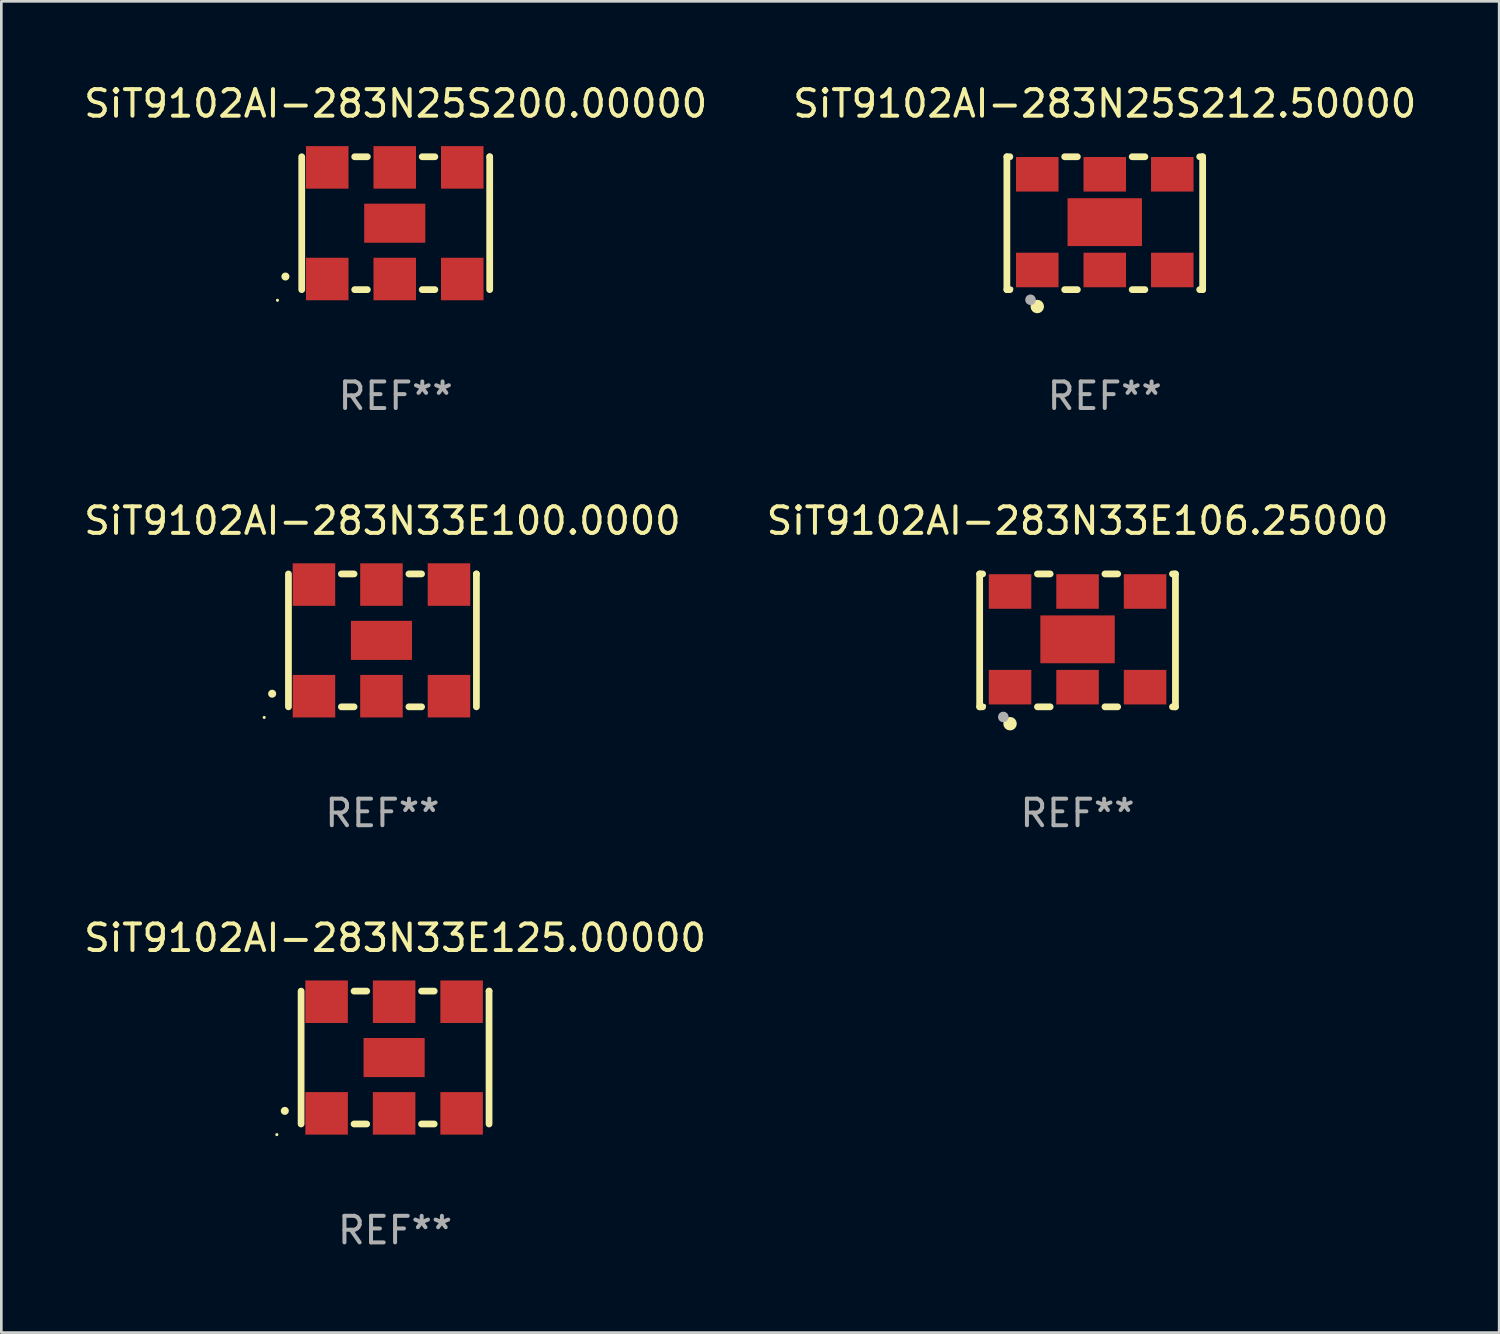
<source format=kicad_pcb>
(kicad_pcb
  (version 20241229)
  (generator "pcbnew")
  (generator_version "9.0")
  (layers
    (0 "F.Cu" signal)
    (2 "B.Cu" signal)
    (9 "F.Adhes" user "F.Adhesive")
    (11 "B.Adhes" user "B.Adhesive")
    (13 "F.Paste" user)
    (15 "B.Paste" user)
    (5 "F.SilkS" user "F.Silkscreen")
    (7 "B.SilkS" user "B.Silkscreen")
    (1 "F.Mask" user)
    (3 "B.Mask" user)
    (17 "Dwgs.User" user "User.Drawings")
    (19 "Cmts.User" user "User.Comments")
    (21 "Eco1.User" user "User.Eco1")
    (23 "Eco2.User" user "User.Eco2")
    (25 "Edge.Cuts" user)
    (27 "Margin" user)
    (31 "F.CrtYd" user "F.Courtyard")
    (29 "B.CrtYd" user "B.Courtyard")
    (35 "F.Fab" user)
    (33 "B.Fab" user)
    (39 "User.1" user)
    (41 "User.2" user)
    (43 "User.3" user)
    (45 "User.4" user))
  (footprint "SiT9102AI-283N33E106.25000"
    (layer "F.Cu")
    (at 37.494 21.045)
    (property "Reference" "SiT9102AI-283N33E106.25000" (at 0 -4.5 0) (layer "F.SilkS") (effects (font (size 1 1) (thickness 0.15))))
    (attr through_hole)
    (fp_line (start -3.683 -2.5) (end -3.571 -2.5) (stroke (width 0.254) (type solid)) (layer "F.SilkS"))
    (fp_line (start -3.683 2.5) (end -3.683 -2.5) (stroke (width 0.254) (type solid)) (layer "F.SilkS"))
    (fp_line (start -3.683 2.5) (end -3.571 2.5) (stroke (width 0.254) (type solid)) (layer "F.SilkS"))
    (fp_line (start -1.509 -2.5) (end -1.031 -2.5) (stroke (width 0.254) (type solid)) (layer "F.SilkS"))
    (fp_line (start -1.509 2.5) (end -1.031 2.5) (stroke (width 0.254) (type solid)) (layer "F.SilkS"))
    (fp_line (start 1.031 -2.5) (end 1.509 -2.5) (stroke (width 0.254) (type solid)) (layer "F.SilkS"))
    (fp_line (start 1.031 2.5) (end 1.509 2.5) (stroke (width 0.254) (type solid)) (layer "F.SilkS"))
    (fp_line (start 3.571 -2.5) (end 3.683 -2.5) (stroke (width 0.254) (type solid)) (layer "F.SilkS"))
    (fp_line (start 3.571 2.5) (end 3.683 2.5) (stroke (width 0.254) (type solid)) (layer "F.SilkS"))
    (fp_line (start 3.683 2.5) (end 3.683 -2.5) (stroke (width 0.254) (type solid)) (layer "F.SilkS"))
    (fp_circle (center -3.5 2.46) (end -3.47 2.46) (stroke (width 0.06) (type solid)) (fill no) (layer "F.SilkS"))
    (fp_circle (center -2.54 3.135) (end -2.413 3.135) (stroke (width 0.254) (type solid)) (fill no) (layer "F.SilkS"))
    (fp_circle (center -2.794 2.881) (end -2.694 2.881) (stroke (width 0.2) (type solid)) (fill no) (layer "F.Fab"))
    (fp_text user "REF**" (at 0 6.5 0) (layer "F.Fab") (effects (font (size 1 1) (thickness 0.15))))
    (pad "1" smd rect (at -2.54 1.76) (size 1.6 1.3) (layers "F.Cu" "F.Mask" "F.Paste"))
    (pad "2" smd rect (at 0 1.76) (size 1.6 1.3) (layers "F.Cu" "F.Mask" "F.Paste"))
    (pad "3" smd rect (at 2.54 1.76) (size 1.6 1.3) (layers "F.Cu" "F.Mask" "F.Paste"))
    (pad "4" smd rect (at 2.54 -1.84) (size 1.6 1.3) (layers "F.Cu" "F.Mask" "F.Paste"))
    (pad "5" smd rect (at 0 -1.84) (size 1.6 1.3) (layers "F.Cu" "F.Mask" "F.Paste"))
    (pad "6" smd rect (at -2.54 -1.84) (size 1.6 1.3) (layers "F.Cu" "F.Mask" "F.Paste"))
    (pad "7" smd rect (at 0 -0.04) (size 2.8 1.8) (layers "F.Cu" "F.Mask" "F.Paste")))
  (footprint "SiT9102AI-283N25S212.50000"
    (layer "F.Cu")
    (at 38.518 5.348)
    (property "Reference" "SiT9102AI-283N25S212.50000" (at 0 -4.5 0) (layer "F.SilkS") (effects (font (size 1 1) (thickness 0.15))))
    (attr through_hole)
    (fp_line (start -3.683 -2.5) (end -3.571 -2.5) (stroke (width 0.254) (type solid)) (layer "F.SilkS"))
    (fp_line (start -3.683 2.5) (end -3.683 -2.5) (stroke (width 0.254) (type solid)) (layer "F.SilkS"))
    (fp_line (start -3.683 2.5) (end -3.571 2.5) (stroke (width 0.254) (type solid)) (layer "F.SilkS"))
    (fp_line (start -1.509 -2.5) (end -1.031 -2.5) (stroke (width 0.254) (type solid)) (layer "F.SilkS"))
    (fp_line (start -1.509 2.5) (end -1.031 2.5) (stroke (width 0.254) (type solid)) (layer "F.SilkS"))
    (fp_line (start 1.031 -2.5) (end 1.509 -2.5) (stroke (width 0.254) (type solid)) (layer "F.SilkS"))
    (fp_line (start 1.031 2.5) (end 1.509 2.5) (stroke (width 0.254) (type solid)) (layer "F.SilkS"))
    (fp_line (start 3.571 -2.5) (end 3.683 -2.5) (stroke (width 0.254) (type solid)) (layer "F.SilkS"))
    (fp_line (start 3.571 2.5) (end 3.683 2.5) (stroke (width 0.254) (type solid)) (layer "F.SilkS"))
    (fp_line (start 3.683 2.5) (end 3.683 -2.5) (stroke (width 0.254) (type solid)) (layer "F.SilkS"))
    (fp_circle (center -3.5 2.46) (end -3.47 2.46) (stroke (width 0.06) (type solid)) (fill no) (layer "F.SilkS"))
    (fp_circle (center -2.54 3.135) (end -2.413 3.135) (stroke (width 0.254) (type solid)) (fill no) (layer "F.SilkS"))
    (fp_circle (center -2.794 2.881) (end -2.694 2.881) (stroke (width 0.2) (type solid)) (fill no) (layer "F.Fab"))
    (fp_text user "REF**" (at 0 6.5 0) (layer "F.Fab") (effects (font (size 1 1) (thickness 0.15))))
    (pad "1" smd rect (at -2.54 1.76) (size 1.6 1.3) (layers "F.Cu" "F.Mask" "F.Paste"))
    (pad "2" smd rect (at 0 1.76) (size 1.6 1.3) (layers "F.Cu" "F.Mask" "F.Paste"))
    (pad "3" smd rect (at 2.54 1.76) (size 1.6 1.3) (layers "F.Cu" "F.Mask" "F.Paste"))
    (pad "4" smd rect (at 2.54 -1.84) (size 1.6 1.3) (layers "F.Cu" "F.Mask" "F.Paste"))
    (pad "5" smd rect (at 0 -1.84) (size 1.6 1.3) (layers "F.Cu" "F.Mask" "F.Paste"))
    (pad "6" smd rect (at -2.54 -1.84) (size 1.6 1.3) (layers "F.Cu" "F.Mask" "F.Paste"))
    (pad "7" smd rect (at 0 -0.04) (size 2.8 1.8) (layers "F.Cu" "F.Mask" "F.Paste")))
  (footprint "SiT9102AI-283N25S200.00000"
    (layer "F.Cu")
    (at 11.839 5.348)
    (property "Reference" "SiT9102AI-283N25S200.00000" (at 0 -4.5 0) (layer "F.SilkS") (effects (font (size 1 1) (thickness 0.15))))
    (attr through_hole)
    (fp_line (start -3.536 -2.5) (end -3.536 2.5) (stroke (width 0.254) (type solid)) (layer "F.SilkS"))
    (fp_line (start -1.544 2.5) (end -1.067 2.5) (stroke (width 0.254) (type solid)) (layer "F.SilkS"))
    (fp_line (start -1.067 -2.5) (end -1.544 -2.5) (stroke (width 0.254) (type solid)) (layer "F.SilkS"))
    (fp_line (start 0.996 2.5) (end 1.473 2.5) (stroke (width 0.254) (type solid)) (layer "F.SilkS"))
    (fp_line (start 1.473 -2.5) (end 0.996 -2.5) (stroke (width 0.254) (type solid)) (layer "F.SilkS"))
    (fp_line (start 3.536 -2.5) (end 3.536 -2.5) (stroke (width 0.254) (type solid)) (layer "F.SilkS"))
    (fp_line (start 3.536 2.5) (end 3.536 -2.5) (stroke (width 0.254) (type solid)) (layer "F.SilkS"))
    (fp_arc (start -4.150432 2.006604) (mid -4.149162 2.006599) (end -4.147892 2.006604) (stroke (width 0.3) (type solid)) (layer "F.SilkS"))
    (fp_circle (center -4.449 2.9) (end -4.419 2.9) (stroke (width 0.06) (type solid)) (fill no) (layer "F.SilkS"))
    (fp_text user "REF**" (at 0 6.5 0) (layer "F.Fab") (effects (font (size 1 1) (thickness 0.15))))
    (pad "1" smd rect (at -2.576 2.1) (size 1.6 1.6) (layers "F.Cu" "F.Mask" "F.Paste"))
    (pad "2" smd rect (at -0.036 2.1) (size 1.6 1.6) (layers "F.Cu" "F.Mask" "F.Paste"))
    (pad "3" smd rect (at 2.504 2.1) (size 1.6 1.6) (layers "F.Cu" "F.Mask" "F.Paste"))
    (pad "4" smd rect (at 2.504 -2.1) (size 1.6 1.6) (layers "F.Cu" "F.Mask" "F.Paste"))
    (pad "5" smd rect (at -0.036 -2.1) (size 1.6 1.6) (layers "F.Cu" "F.Mask" "F.Paste"))
    (pad "6" smd rect (at -2.576 -2.1) (size 1.6 1.6) (layers "F.Cu" "F.Mask" "F.Paste"))
    (pad "7" smd rect (at -0.036 0) (size 2.3 1.47) (layers "F.Cu" "F.Mask" "F.Paste")))
  (footprint "SiT9102AI-283N33E100.0000"
    (layer "F.Cu")
    (at 11.339 21.045)
    (property "Reference" "SiT9102AI-283N33E100.0000" (at 0 -4.5 0) (layer "F.SilkS") (effects (font (size 1 1) (thickness 0.15))))
    (attr through_hole)
    (fp_line (start -3.536 -2.5) (end -3.536 2.5) (stroke (width 0.254) (type solid)) (layer "F.SilkS"))
    (fp_line (start -1.544 2.5) (end -1.067 2.5) (stroke (width 0.254) (type solid)) (layer "F.SilkS"))
    (fp_line (start -1.067 -2.5) (end -1.544 -2.5) (stroke (width 0.254) (type solid)) (layer "F.SilkS"))
    (fp_line (start 0.996 2.5) (end 1.473 2.5) (stroke (width 0.254) (type solid)) (layer "F.SilkS"))
    (fp_line (start 1.473 -2.5) (end 0.996 -2.5) (stroke (width 0.254) (type solid)) (layer "F.SilkS"))
    (fp_line (start 3.536 -2.5) (end 3.536 -2.5) (stroke (width 0.254) (type solid)) (layer "F.SilkS"))
    (fp_line (start 3.536 2.5) (end 3.536 -2.5) (stroke (width 0.254) (type solid)) (layer "F.SilkS"))
    (fp_arc (start -4.150432 2.006604) (mid -4.149162 2.006599) (end -4.147892 2.006604) (stroke (width 0.3) (type solid)) (layer "F.SilkS"))
    (fp_circle (center -4.449 2.9) (end -4.419 2.9) (stroke (width 0.06) (type solid)) (fill no) (layer "F.SilkS"))
    (fp_text user "REF**" (at 0 6.5 0) (layer "F.Fab") (effects (font (size 1 1) (thickness 0.15))))
    (pad "1" smd rect (at -2.576 2.1) (size 1.6 1.6) (layers "F.Cu" "F.Mask" "F.Paste"))
    (pad "2" smd rect (at -0.036 2.1) (size 1.6 1.6) (layers "F.Cu" "F.Mask" "F.Paste"))
    (pad "3" smd rect (at 2.504 2.1) (size 1.6 1.6) (layers "F.Cu" "F.Mask" "F.Paste"))
    (pad "4" smd rect (at 2.504 -2.1) (size 1.6 1.6) (layers "F.Cu" "F.Mask" "F.Paste"))
    (pad "5" smd rect (at -0.036 -2.1) (size 1.6 1.6) (layers "F.Cu" "F.Mask" "F.Paste"))
    (pad "6" smd rect (at -2.576 -2.1) (size 1.6 1.6) (layers "F.Cu" "F.Mask" "F.Paste"))
    (pad "7" smd rect (at -0.036 0) (size 2.3 1.47) (layers "F.Cu" "F.Mask" "F.Paste")))
  (footprint "SiT9102AI-283N33E125.00000"
    (layer "F.Cu")
    (at 11.815 36.741)
    (property "Reference" "SiT9102AI-283N33E125.00000" (at 0 -4.5 0) (layer "F.SilkS") (effects (font (size 1 1) (thickness 0.15))))
    (attr through_hole)
    (fp_line (start -3.536 -2.5) (end -3.536 2.5) (stroke (width 0.254) (type solid)) (layer "F.SilkS"))
    (fp_line (start -1.544 2.5) (end -1.067 2.5) (stroke (width 0.254) (type solid)) (layer "F.SilkS"))
    (fp_line (start -1.067 -2.5) (end -1.544 -2.5) (stroke (width 0.254) (type solid)) (layer "F.SilkS"))
    (fp_line (start 0.996 2.5) (end 1.473 2.5) (stroke (width 0.254) (type solid)) (layer "F.SilkS"))
    (fp_line (start 1.473 -2.5) (end 0.996 -2.5) (stroke (width 0.254) (type solid)) (layer "F.SilkS"))
    (fp_line (start 3.536 -2.5) (end 3.536 -2.5) (stroke (width 0.254) (type solid)) (layer "F.SilkS"))
    (fp_line (start 3.536 2.5) (end 3.536 -2.5) (stroke (width 0.254) (type solid)) (layer "F.SilkS"))
    (fp_arc (start -4.150432 2.006604) (mid -4.149162 2.006599) (end -4.147892 2.006604) (stroke (width 0.3) (type solid)) (layer "F.SilkS"))
    (fp_circle (center -4.449 2.9) (end -4.419 2.9) (stroke (width 0.06) (type solid)) (fill no) (layer "F.SilkS"))
    (fp_text user "REF**" (at 0 6.5 0) (layer "F.Fab") (effects (font (size 1 1) (thickness 0.15))))
    (pad "1" smd rect (at -2.576 2.1) (size 1.6 1.6) (layers "F.Cu" "F.Mask" "F.Paste"))
    (pad "2" smd rect (at -0.036 2.1) (size 1.6 1.6) (layers "F.Cu" "F.Mask" "F.Paste"))
    (pad "3" smd rect (at 2.504 2.1) (size 1.6 1.6) (layers "F.Cu" "F.Mask" "F.Paste"))
    (pad "4" smd rect (at 2.504 -2.1) (size 1.6 1.6) (layers "F.Cu" "F.Mask" "F.Paste"))
    (pad "5" smd rect (at -0.036 -2.1) (size 1.6 1.6) (layers "F.Cu" "F.Mask" "F.Paste"))
    (pad "6" smd rect (at -2.576 -2.1) (size 1.6 1.6) (layers "F.Cu" "F.Mask" "F.Paste"))
    (pad "7" smd rect (at -0.036 0) (size 2.3 1.47) (layers "F.Cu" "F.Mask" "F.Paste")))
  (gr_rect
    (start -3 -3)
    (end 53.357 47.09)
    (stroke (width 0.1) (type default))
    (fill no)
    (layer "Edge.Cuts")))
</source>
